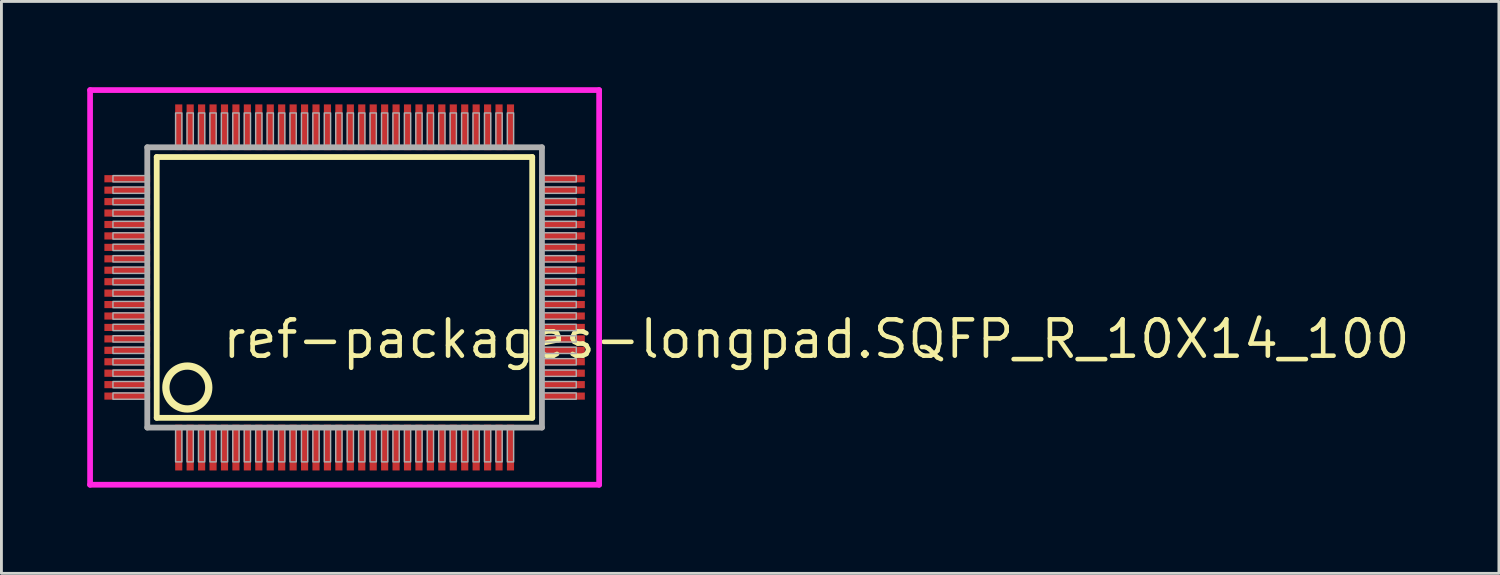
<source format=kicad_pcb>
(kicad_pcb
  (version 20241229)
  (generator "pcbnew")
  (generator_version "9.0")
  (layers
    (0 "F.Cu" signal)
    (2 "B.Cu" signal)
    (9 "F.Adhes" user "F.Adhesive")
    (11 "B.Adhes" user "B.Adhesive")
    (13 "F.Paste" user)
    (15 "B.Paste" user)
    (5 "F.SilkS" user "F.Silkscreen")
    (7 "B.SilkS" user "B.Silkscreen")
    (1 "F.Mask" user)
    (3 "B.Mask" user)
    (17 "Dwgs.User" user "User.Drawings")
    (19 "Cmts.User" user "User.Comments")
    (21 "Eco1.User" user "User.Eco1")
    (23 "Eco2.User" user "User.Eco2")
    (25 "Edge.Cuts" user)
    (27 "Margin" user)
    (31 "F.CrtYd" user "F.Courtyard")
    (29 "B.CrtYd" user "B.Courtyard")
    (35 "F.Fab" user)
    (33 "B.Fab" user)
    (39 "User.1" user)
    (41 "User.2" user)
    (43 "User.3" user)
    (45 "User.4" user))
  (footprint "ref-packages-longpad.SQFP_R_10X14_100"
    (layer "F.Cu")
    (at 9 7)
    (property "Reference" "ref-packages-longpad.SQFP_R_10X14_100" (at -4.35 2.55 0) (layer "F.SilkS") (effects (font (size 1.27 1.27) (thickness 0.16)) (justify left bottom)))
    (attr smd)
    (fp_line (start -6.57 -4.56) (end 6.56 -4.56) (stroke (width 0.203) (type default)) (layer "F.SilkS"))
    (fp_line (start -6.57 4.56) (end -6.57 -4.56) (stroke (width 0.203) (type default)) (layer "F.SilkS"))
    (fp_line (start 6.56 -4.56) (end 6.56 4.56) (stroke (width 0.203) (type default)) (layer "F.SilkS"))
    (fp_line (start 6.56 4.56) (end -6.57 4.56) (stroke (width 0.203) (type default)) (layer "F.SilkS"))
    (fp_circle (center -5.5 3.5) (end -4.75 3.5) (stroke (width 0.254) (type default)) (fill no) (layer "F.SilkS"))
    (fp_line (start -8.9 -6.9) (end 8.9 -6.9) (stroke (width 0.2) (type default)) (layer "F.CrtYd"))
    (fp_line (start -8.9 6.9) (end -8.9 -6.9) (stroke (width 0.2) (type default)) (layer "F.CrtYd"))
    (fp_line (start 8.9 -6.9) (end 8.9 6.9) (stroke (width 0.2) (type default)) (layer "F.CrtYd"))
    (fp_line (start 8.9 6.9) (end -8.9 6.9) (stroke (width 0.2) (type default)) (layer "F.CrtYd"))
    (fp_line (start -6.9 -4.9) (end -6.9 4.9) (stroke (width 0.203) (type default)) (layer "F.Fab"))
    (fp_line (start -6.9 4.9) (end 6.9 4.9) (stroke (width 0.203) (type default)) (layer "F.Fab"))
    (fp_line (start 6.9 -4.9) (end -6.9 -4.9) (stroke (width 0.203) (type default)) (layer "F.Fab"))
    (fp_line (start 6.9 4.9) (end 6.9 -4.9) (stroke (width 0.203) (type default)) (layer "F.Fab"))
    (fp_rect (start -8.1 -3.69) (end -6.95 -3.91) (stroke (width 0.05) (type default)) (fill no) (layer "F.Fab"))
    (fp_rect (start -8.1 -3.29) (end -6.95 -3.51) (stroke (width 0.05) (type default)) (fill no) (layer "F.Fab"))
    (fp_rect (start -8.1 -2.89) (end -6.95 -3.11) (stroke (width 0.05) (type default)) (fill no) (layer "F.Fab"))
    (fp_rect (start -8.1 -2.49) (end -6.95 -2.71) (stroke (width 0.05) (type default)) (fill no) (layer "F.Fab"))
    (fp_rect (start -8.1 -2.09) (end -6.95 -2.31) (stroke (width 0.05) (type default)) (fill no) (layer "F.Fab"))
    (fp_rect (start -8.1 -1.69) (end -6.95 -1.91) (stroke (width 0.05) (type default)) (fill no) (layer "F.Fab"))
    (fp_rect (start -8.1 -1.29) (end -6.95 -1.51) (stroke (width 0.05) (type default)) (fill no) (layer "F.Fab"))
    (fp_rect (start -8.1 -0.89) (end -6.95 -1.11) (stroke (width 0.05) (type default)) (fill no) (layer "F.Fab"))
    (fp_rect (start -8.1 -0.49) (end -6.95 -0.71) (stroke (width 0.05) (type default)) (fill no) (layer "F.Fab"))
    (fp_rect (start -8.1 -0.09) (end -6.95 -0.31) (stroke (width 0.05) (type default)) (fill no) (layer "F.Fab"))
    (fp_rect (start -8.1 0.31) (end -6.95 0.09) (stroke (width 0.05) (type default)) (fill no) (layer "F.Fab"))
    (fp_rect (start -8.1 0.71) (end -6.95 0.49) (stroke (width 0.05) (type default)) (fill no) (layer "F.Fab"))
    (fp_rect (start -8.1 1.11) (end -6.95 0.89) (stroke (width 0.05) (type default)) (fill no) (layer "F.Fab"))
    (fp_rect (start -8.1 1.51) (end -6.95 1.29) (stroke (width 0.05) (type default)) (fill no) (layer "F.Fab"))
    (fp_rect (start -8.1 1.91) (end -6.95 1.69) (stroke (width 0.05) (type default)) (fill no) (layer "F.Fab"))
    (fp_rect (start -8.1 2.31) (end -6.95 2.09) (stroke (width 0.05) (type default)) (fill no) (layer "F.Fab"))
    (fp_rect (start -8.1 2.71) (end -6.95 2.49) (stroke (width 0.05) (type default)) (fill no) (layer "F.Fab"))
    (fp_rect (start -8.1 3.11) (end -6.95 2.89) (stroke (width 0.05) (type default)) (fill no) (layer "F.Fab"))
    (fp_rect (start -8.1 3.51) (end -6.95 3.29) (stroke (width 0.05) (type default)) (fill no) (layer "F.Fab"))
    (fp_rect (start -8.1 3.91) (end -6.95 3.69) (stroke (width 0.05) (type default)) (fill no) (layer "F.Fab"))
    (fp_rect (start -5.91 -4.95) (end -5.69 -6.1) (stroke (width 0.05) (type default)) (fill no) (layer "F.Fab"))
    (fp_rect (start -5.91 6.1) (end -5.69 4.95) (stroke (width 0.05) (type default)) (fill no) (layer "F.Fab"))
    (fp_rect (start -5.51 -4.95) (end -5.29 -6.1) (stroke (width 0.05) (type default)) (fill no) (layer "F.Fab"))
    (fp_rect (start -5.51 6.1) (end -5.29 4.95) (stroke (width 0.05) (type default)) (fill no) (layer "F.Fab"))
    (fp_rect (start -5.11 -4.95) (end -4.89 -6.1) (stroke (width 0.05) (type default)) (fill no) (layer "F.Fab"))
    (fp_rect (start -5.11 6.1) (end -4.89 4.95) (stroke (width 0.05) (type default)) (fill no) (layer "F.Fab"))
    (fp_rect (start -4.71 -4.95) (end -4.49 -6.1) (stroke (width 0.05) (type default)) (fill no) (layer "F.Fab"))
    (fp_rect (start -4.71 6.1) (end -4.49 4.95) (stroke (width 0.05) (type default)) (fill no) (layer "F.Fab"))
    (fp_rect (start -4.31 -4.95) (end -4.09 -6.1) (stroke (width 0.05) (type default)) (fill no) (layer "F.Fab"))
    (fp_rect (start -4.31 6.1) (end -4.09 4.95) (stroke (width 0.05) (type default)) (fill no) (layer "F.Fab"))
    (fp_rect (start -3.91 -4.95) (end -3.69 -6.1) (stroke (width 0.05) (type default)) (fill no) (layer "F.Fab"))
    (fp_rect (start -3.91 6.1) (end -3.69 4.95) (stroke (width 0.05) (type default)) (fill no) (layer "F.Fab"))
    (fp_rect (start -3.51 -4.95) (end -3.29 -6.1) (stroke (width 0.05) (type default)) (fill no) (layer "F.Fab"))
    (fp_rect (start -3.51 6.1) (end -3.29 4.95) (stroke (width 0.05) (type default)) (fill no) (layer "F.Fab"))
    (fp_rect (start -3.11 -4.95) (end -2.89 -6.1) (stroke (width 0.05) (type default)) (fill no) (layer "F.Fab"))
    (fp_rect (start -3.11 6.1) (end -2.89 4.95) (stroke (width 0.05) (type default)) (fill no) (layer "F.Fab"))
    (fp_rect (start -2.71 -4.95) (end -2.49 -6.1) (stroke (width 0.05) (type default)) (fill no) (layer "F.Fab"))
    (fp_rect (start -2.71 6.1) (end -2.49 4.95) (stroke (width 0.05) (type default)) (fill no) (layer "F.Fab"))
    (fp_rect (start -2.31 -4.95) (end -2.09 -6.1) (stroke (width 0.05) (type default)) (fill no) (layer "F.Fab"))
    (fp_rect (start -2.31 6.1) (end -2.09 4.95) (stroke (width 0.05) (type default)) (fill no) (layer "F.Fab"))
    (fp_rect (start -1.91 -4.95) (end -1.69 -6.1) (stroke (width 0.05) (type default)) (fill no) (layer "F.Fab"))
    (fp_rect (start -1.91 6.1) (end -1.69 4.95) (stroke (width 0.05) (type default)) (fill no) (layer "F.Fab"))
    (fp_rect (start -1.51 -4.95) (end -1.29 -6.1) (stroke (width 0.05) (type default)) (fill no) (layer "F.Fab"))
    (fp_rect (start -1.51 6.1) (end -1.29 4.95) (stroke (width 0.05) (type default)) (fill no) (layer "F.Fab"))
    (fp_rect (start -1.11 -4.95) (end -0.89 -6.1) (stroke (width 0.05) (type default)) (fill no) (layer "F.Fab"))
    (fp_rect (start -1.11 6.1) (end -0.89 4.95) (stroke (width 0.05) (type default)) (fill no) (layer "F.Fab"))
    (fp_rect (start -0.71 -4.95) (end -0.49 -6.1) (stroke (width 0.05) (type default)) (fill no) (layer "F.Fab"))
    (fp_rect (start -0.71 6.1) (end -0.49 4.95) (stroke (width 0.05) (type default)) (fill no) (layer "F.Fab"))
    (fp_rect (start -0.31 -4.95) (end -0.09 -6.1) (stroke (width 0.05) (type default)) (fill no) (layer "F.Fab"))
    (fp_rect (start -0.31 6.1) (end -0.09 4.95) (stroke (width 0.05) (type default)) (fill no) (layer "F.Fab"))
    (fp_rect (start 0.09 -4.95) (end 0.31 -6.1) (stroke (width 0.05) (type default)) (fill no) (layer "F.Fab"))
    (fp_rect (start 0.09 6.1) (end 0.31 4.95) (stroke (width 0.05) (type default)) (fill no) (layer "F.Fab"))
    (fp_rect (start 0.49 -4.95) (end 0.71 -6.1) (stroke (width 0.05) (type default)) (fill no) (layer "F.Fab"))
    (fp_rect (start 0.49 6.1) (end 0.71 4.95) (stroke (width 0.05) (type default)) (fill no) (layer "F.Fab"))
    (fp_rect (start 0.89 -4.95) (end 1.11 -6.1) (stroke (width 0.05) (type default)) (fill no) (layer "F.Fab"))
    (fp_rect (start 0.89 6.1) (end 1.11 4.95) (stroke (width 0.05) (type default)) (fill no) (layer "F.Fab"))
    (fp_rect (start 1.29 -4.95) (end 1.51 -6.1) (stroke (width 0.05) (type default)) (fill no) (layer "F.Fab"))
    (fp_rect (start 1.29 6.1) (end 1.51 4.95) (stroke (width 0.05) (type default)) (fill no) (layer "F.Fab"))
    (fp_rect (start 1.69 -4.95) (end 1.91 -6.1) (stroke (width 0.05) (type default)) (fill no) (layer "F.Fab"))
    (fp_rect (start 1.69 6.1) (end 1.91 4.95) (stroke (width 0.05) (type default)) (fill no) (layer "F.Fab"))
    (fp_rect (start 2.09 -4.95) (end 2.31 -6.1) (stroke (width 0.05) (type default)) (fill no) (layer "F.Fab"))
    (fp_rect (start 2.09 6.1) (end 2.31 4.95) (stroke (width 0.05) (type default)) (fill no) (layer "F.Fab"))
    (fp_rect (start 2.49 -4.95) (end 2.71 -6.1) (stroke (width 0.05) (type default)) (fill no) (layer "F.Fab"))
    (fp_rect (start 2.49 6.1) (end 2.71 4.95) (stroke (width 0.05) (type default)) (fill no) (layer "F.Fab"))
    (fp_rect (start 2.89 -4.95) (end 3.11 -6.1) (stroke (width 0.05) (type default)) (fill no) (layer "F.Fab"))
    (fp_rect (start 2.89 6.1) (end 3.11 4.95) (stroke (width 0.05) (type default)) (fill no) (layer "F.Fab"))
    (fp_rect (start 3.29 -4.95) (end 3.51 -6.1) (stroke (width 0.05) (type default)) (fill no) (layer "F.Fab"))
    (fp_rect (start 3.29 6.1) (end 3.51 4.95) (stroke (width 0.05) (type default)) (fill no) (layer "F.Fab"))
    (fp_rect (start 3.69 -4.95) (end 3.91 -6.1) (stroke (width 0.05) (type default)) (fill no) (layer "F.Fab"))
    (fp_rect (start 3.69 6.1) (end 3.91 4.95) (stroke (width 0.05) (type default)) (fill no) (layer "F.Fab"))
    (fp_rect (start 4.09 -4.95) (end 4.31 -6.1) (stroke (width 0.05) (type default)) (fill no) (layer "F.Fab"))
    (fp_rect (start 4.09 6.1) (end 4.31 4.95) (stroke (width 0.05) (type default)) (fill no) (layer "F.Fab"))
    (fp_rect (start 4.49 -4.95) (end 4.71 -6.1) (stroke (width 0.05) (type default)) (fill no) (layer "F.Fab"))
    (fp_rect (start 4.49 6.1) (end 4.71 4.95) (stroke (width 0.05) (type default)) (fill no) (layer "F.Fab"))
    (fp_rect (start 4.89 -4.95) (end 5.11 -6.1) (stroke (width 0.05) (type default)) (fill no) (layer "F.Fab"))
    (fp_rect (start 4.89 6.1) (end 5.11 4.95) (stroke (width 0.05) (type default)) (fill no) (layer "F.Fab"))
    (fp_rect (start 5.29 -4.95) (end 5.51 -6.1) (stroke (width 0.05) (type default)) (fill no) (layer "F.Fab"))
    (fp_rect (start 5.29 6.1) (end 5.51 4.95) (stroke (width 0.05) (type default)) (fill no) (layer "F.Fab"))
    (fp_rect (start 5.69 -4.95) (end 5.91 -6.1) (stroke (width 0.05) (type default)) (fill no) (layer "F.Fab"))
    (fp_rect (start 5.69 6.1) (end 5.91 4.95) (stroke (width 0.05) (type default)) (fill no) (layer "F.Fab"))
    (fp_rect (start 6.95 -3.69) (end 8.1 -3.91) (stroke (width 0.05) (type default)) (fill no) (layer "F.Fab"))
    (fp_rect (start 6.95 -3.29) (end 8.1 -3.51) (stroke (width 0.05) (type default)) (fill no) (layer "F.Fab"))
    (fp_rect (start 6.95 -2.89) (end 8.1 -3.11) (stroke (width 0.05) (type default)) (fill no) (layer "F.Fab"))
    (fp_rect (start 6.95 -2.49) (end 8.1 -2.71) (stroke (width 0.05) (type default)) (fill no) (layer "F.Fab"))
    (fp_rect (start 6.95 -2.09) (end 8.1 -2.31) (stroke (width 0.05) (type default)) (fill no) (layer "F.Fab"))
    (fp_rect (start 6.95 -1.69) (end 8.1 -1.91) (stroke (width 0.05) (type default)) (fill no) (layer "F.Fab"))
    (fp_rect (start 6.95 -1.29) (end 8.1 -1.51) (stroke (width 0.05) (type default)) (fill no) (layer "F.Fab"))
    (fp_rect (start 6.95 -0.89) (end 8.1 -1.11) (stroke (width 0.05) (type default)) (fill no) (layer "F.Fab"))
    (fp_rect (start 6.95 -0.49) (end 8.1 -0.71) (stroke (width 0.05) (type default)) (fill no) (layer "F.Fab"))
    (fp_rect (start 6.95 -0.09) (end 8.1 -0.31) (stroke (width 0.05) (type default)) (fill no) (layer "F.Fab"))
    (fp_rect (start 6.95 0.31) (end 8.1 0.09) (stroke (width 0.05) (type default)) (fill no) (layer "F.Fab"))
    (fp_rect (start 6.95 0.71) (end 8.1 0.49) (stroke (width 0.05) (type default)) (fill no) (layer "F.Fab"))
    (fp_rect (start 6.95 1.11) (end 8.1 0.89) (stroke (width 0.05) (type default)) (fill no) (layer "F.Fab"))
    (fp_rect (start 6.95 1.51) (end 8.1 1.29) (stroke (width 0.05) (type default)) (fill no) (layer "F.Fab"))
    (fp_rect (start 6.95 1.91) (end 8.1 1.69) (stroke (width 0.05) (type default)) (fill no) (layer "F.Fab"))
    (fp_rect (start 6.95 2.31) (end 8.1 2.09) (stroke (width 0.05) (type default)) (fill no) (layer "F.Fab"))
    (fp_rect (start 6.95 2.71) (end 8.1 2.49) (stroke (width 0.05) (type default)) (fill no) (layer "F.Fab"))
    (fp_rect (start 6.95 3.11) (end 8.1 2.89) (stroke (width 0.05) (type default)) (fill no) (layer "F.Fab"))
    (fp_rect (start 6.95 3.51) (end 8.1 3.29) (stroke (width 0.05) (type default)) (fill no) (layer "F.Fab"))
    (fp_rect (start 6.95 3.91) (end 8.1 3.69) (stroke (width 0.05) (type default)) (fill no) (layer "F.Fab"))
    (pad "1" smd roundrect (at -5.8 5.6) (size 0.25 1.6) (layers "F.Cu" "F.Mask" "F.Paste") (roundrect_rratio 0.01))
    (pad "2" smd roundrect (at -5.4 5.6) (size 0.25 1.6) (layers "F.Cu" "F.Mask" "F.Paste") (roundrect_rratio 0.01))
    (pad "3" smd roundrect (at -5 5.6) (size 0.25 1.6) (layers "F.Cu" "F.Mask" "F.Paste") (roundrect_rratio 0.01))
    (pad "4" smd roundrect (at -4.6 5.6) (size 0.25 1.6) (layers "F.Cu" "F.Mask" "F.Paste") (roundrect_rratio 0.01))
    (pad "5" smd roundrect (at -4.2 5.6) (size 0.25 1.6) (layers "F.Cu" "F.Mask" "F.Paste") (roundrect_rratio 0.01))
    (pad "6" smd roundrect (at -3.8 5.6) (size 0.25 1.6) (layers "F.Cu" "F.Mask" "F.Paste") (roundrect_rratio 0.01))
    (pad "7" smd roundrect (at -3.4 5.6) (size 0.25 1.6) (layers "F.Cu" "F.Mask" "F.Paste") (roundrect_rratio 0.01))
    (pad "8" smd roundrect (at -3 5.6) (size 0.25 1.6) (layers "F.Cu" "F.Mask" "F.Paste") (roundrect_rratio 0.01))
    (pad "9" smd roundrect (at -2.6 5.6) (size 0.25 1.6) (layers "F.Cu" "F.Mask" "F.Paste") (roundrect_rratio 0.01))
    (pad "10" smd roundrect (at -2.2 5.6) (size 0.25 1.6) (layers "F.Cu" "F.Mask" "F.Paste") (roundrect_rratio 0.01))
    (pad "11" smd roundrect (at -1.8 5.6) (size 0.25 1.6) (layers "F.Cu" "F.Mask" "F.Paste") (roundrect_rratio 0.01))
    (pad "12" smd roundrect (at -1.4 5.6) (size 0.25 1.6) (layers "F.Cu" "F.Mask" "F.Paste") (roundrect_rratio 0.01))
    (pad "13" smd roundrect (at -1 5.6) (size 0.25 1.6) (layers "F.Cu" "F.Mask" "F.Paste") (roundrect_rratio 0.01))
    (pad "14" smd roundrect (at -0.6 5.6) (size 0.25 1.6) (layers "F.Cu" "F.Mask" "F.Paste") (roundrect_rratio 0.01))
    (pad "15" smd roundrect (at -0.2 5.6) (size 0.25 1.6) (layers "F.Cu" "F.Mask" "F.Paste") (roundrect_rratio 0.01))
    (pad "16" smd roundrect (at 0.2 5.6) (size 0.25 1.6) (layers "F.Cu" "F.Mask" "F.Paste") (roundrect_rratio 0.01))
    (pad "17" smd roundrect (at 0.6 5.6) (size 0.25 1.6) (layers "F.Cu" "F.Mask" "F.Paste") (roundrect_rratio 0.01))
    (pad "18" smd roundrect (at 1 5.6) (size 0.25 1.6) (layers "F.Cu" "F.Mask" "F.Paste") (roundrect_rratio 0.01))
    (pad "19" smd roundrect (at 1.4 5.6) (size 0.25 1.6) (layers "F.Cu" "F.Mask" "F.Paste") (roundrect_rratio 0.01))
    (pad "20" smd roundrect (at 1.8 5.6) (size 0.25 1.6) (layers "F.Cu" "F.Mask" "F.Paste") (roundrect_rratio 0.01))
    (pad "21" smd roundrect (at 2.2 5.6) (size 0.25 1.6) (layers "F.Cu" "F.Mask" "F.Paste") (roundrect_rratio 0.01))
    (pad "22" smd roundrect (at 2.6 5.6) (size 0.25 1.6) (layers "F.Cu" "F.Mask" "F.Paste") (roundrect_rratio 0.01))
    (pad "23" smd roundrect (at 3 5.6) (size 0.25 1.6) (layers "F.Cu" "F.Mask" "F.Paste") (roundrect_rratio 0.01))
    (pad "24" smd roundrect (at 3.4 5.6) (size 0.25 1.6) (layers "F.Cu" "F.Mask" "F.Paste") (roundrect_rratio 0.01))
    (pad "25" smd roundrect (at 3.8 5.6) (size 0.25 1.6) (layers "F.Cu" "F.Mask" "F.Paste") (roundrect_rratio 0.01))
    (pad "26" smd roundrect (at 4.2 5.6) (size 0.25 1.6) (layers "F.Cu" "F.Mask" "F.Paste") (roundrect_rratio 0.01))
    (pad "27" smd roundrect (at 4.6 5.6) (size 0.25 1.6) (layers "F.Cu" "F.Mask" "F.Paste") (roundrect_rratio 0.01))
    (pad "28" smd roundrect (at 5 5.6) (size 0.25 1.6) (layers "F.Cu" "F.Mask" "F.Paste") (roundrect_rratio 0.01))
    (pad "29" smd roundrect (at 5.4 5.6) (size 0.25 1.6) (layers "F.Cu" "F.Mask" "F.Paste") (roundrect_rratio 0.01))
    (pad "30" smd roundrect (at 5.8 5.6) (size 0.25 1.6) (layers "F.Cu" "F.Mask" "F.Paste") (roundrect_rratio 0.01))
    (pad "31" smd roundrect (at 7.6 3.8) (size 1.6 0.25) (layers "F.Cu" "F.Mask" "F.Paste") (roundrect_rratio 0.01))
    (pad "32" smd roundrect (at 7.6 3.4) (size 1.6 0.25) (layers "F.Cu" "F.Mask" "F.Paste") (roundrect_rratio 0.01))
    (pad "33" smd roundrect (at 7.6 3) (size 1.6 0.25) (layers "F.Cu" "F.Mask" "F.Paste") (roundrect_rratio 0.01))
    (pad "34" smd roundrect (at 7.6 2.6) (size 1.6 0.25) (layers "F.Cu" "F.Mask" "F.Paste") (roundrect_rratio 0.01))
    (pad "35" smd roundrect (at 7.6 2.2) (size 1.6 0.25) (layers "F.Cu" "F.Mask" "F.Paste") (roundrect_rratio 0.01))
    (pad "36" smd roundrect (at 7.6 1.8) (size 1.6 0.25) (layers "F.Cu" "F.Mask" "F.Paste") (roundrect_rratio 0.01))
    (pad "37" smd roundrect (at 7.6 1.4) (size 1.6 0.25) (layers "F.Cu" "F.Mask" "F.Paste") (roundrect_rratio 0.01))
    (pad "38" smd roundrect (at 7.6 1) (size 1.6 0.25) (layers "F.Cu" "F.Mask" "F.Paste") (roundrect_rratio 0.01))
    (pad "39" smd roundrect (at 7.6 0.6) (size 1.6 0.25) (layers "F.Cu" "F.Mask" "F.Paste") (roundrect_rratio 0.01))
    (pad "40" smd roundrect (at 7.6 0.2) (size 1.6 0.25) (layers "F.Cu" "F.Mask" "F.Paste") (roundrect_rratio 0.01))
    (pad "41" smd roundrect (at 7.6 -0.2) (size 1.6 0.25) (layers "F.Cu" "F.Mask" "F.Paste") (roundrect_rratio 0.01))
    (pad "42" smd roundrect (at 7.6 -0.6) (size 1.6 0.25) (layers "F.Cu" "F.Mask" "F.Paste") (roundrect_rratio 0.01))
    (pad "43" smd roundrect (at 7.6 -1) (size 1.6 0.25) (layers "F.Cu" "F.Mask" "F.Paste") (roundrect_rratio 0.01))
    (pad "44" smd roundrect (at 7.6 -1.4) (size 1.6 0.25) (layers "F.Cu" "F.Mask" "F.Paste") (roundrect_rratio 0.01))
    (pad "45" smd roundrect (at 7.6 -1.8) (size 1.6 0.25) (layers "F.Cu" "F.Mask" "F.Paste") (roundrect_rratio 0.01))
    (pad "46" smd roundrect (at 7.6 -2.2) (size 1.6 0.25) (layers "F.Cu" "F.Mask" "F.Paste") (roundrect_rratio 0.01))
    (pad "47" smd roundrect (at 7.6 -2.6) (size 1.6 0.25) (layers "F.Cu" "F.Mask" "F.Paste") (roundrect_rratio 0.01))
    (pad "48" smd roundrect (at 7.6 -3) (size 1.6 0.25) (layers "F.Cu" "F.Mask" "F.Paste") (roundrect_rratio 0.01))
    (pad "49" smd roundrect (at 7.6 -3.4) (size 1.6 0.25) (layers "F.Cu" "F.Mask" "F.Paste") (roundrect_rratio 0.01))
    (pad "50" smd roundrect (at 7.6 -3.8) (size 1.6 0.25) (layers "F.Cu" "F.Mask" "F.Paste") (roundrect_rratio 0.01))
    (pad "51" smd roundrect (at 5.8 -5.6) (size 0.25 1.6) (layers "F.Cu" "F.Mask" "F.Paste") (roundrect_rratio 0.01))
    (pad "52" smd roundrect (at 5.4 -5.6) (size 0.25 1.6) (layers "F.Cu" "F.Mask" "F.Paste") (roundrect_rratio 0.01))
    (pad "53" smd roundrect (at 5 -5.6) (size 0.25 1.6) (layers "F.Cu" "F.Mask" "F.Paste") (roundrect_rratio 0.01))
    (pad "54" smd roundrect (at 4.6 -5.6) (size 0.25 1.6) (layers "F.Cu" "F.Mask" "F.Paste") (roundrect_rratio 0.01))
    (pad "55" smd roundrect (at 4.2 -5.6) (size 0.25 1.6) (layers "F.Cu" "F.Mask" "F.Paste") (roundrect_rratio 0.01))
    (pad "56" smd roundrect (at 3.8 -5.6) (size 0.25 1.6) (layers "F.Cu" "F.Mask" "F.Paste") (roundrect_rratio 0.01))
    (pad "57" smd roundrect (at 3.4 -5.6) (size 0.25 1.6) (layers "F.Cu" "F.Mask" "F.Paste") (roundrect_rratio 0.01))
    (pad "58" smd roundrect (at 3 -5.6) (size 0.25 1.6) (layers "F.Cu" "F.Mask" "F.Paste") (roundrect_rratio 0.01))
    (pad "59" smd roundrect (at 2.6 -5.6) (size 0.25 1.6) (layers "F.Cu" "F.Mask" "F.Paste") (roundrect_rratio 0.01))
    (pad "60" smd roundrect (at 2.2 -5.6) (size 0.25 1.6) (layers "F.Cu" "F.Mask" "F.Paste") (roundrect_rratio 0.01))
    (pad "61" smd roundrect (at 1.8 -5.6) (size 0.25 1.6) (layers "F.Cu" "F.Mask" "F.Paste") (roundrect_rratio 0.01))
    (pad "62" smd roundrect (at 1.4 -5.6) (size 0.25 1.6) (layers "F.Cu" "F.Mask" "F.Paste") (roundrect_rratio 0.01))
    (pad "63" smd roundrect (at 1 -5.6) (size 0.25 1.6) (layers "F.Cu" "F.Mask" "F.Paste") (roundrect_rratio 0.01))
    (pad "64" smd roundrect (at 0.6 -5.6) (size 0.25 1.6) (layers "F.Cu" "F.Mask" "F.Paste") (roundrect_rratio 0.01))
    (pad "65" smd roundrect (at 0.2 -5.6) (size 0.25 1.6) (layers "F.Cu" "F.Mask" "F.Paste") (roundrect_rratio 0.01))
    (pad "66" smd roundrect (at -0.2 -5.6) (size 0.25 1.6) (layers "F.Cu" "F.Mask" "F.Paste") (roundrect_rratio 0.01))
    (pad "67" smd roundrect (at -0.6 -5.6) (size 0.25 1.6) (layers "F.Cu" "F.Mask" "F.Paste") (roundrect_rratio 0.01))
    (pad "68" smd roundrect (at -1 -5.6) (size 0.25 1.6) (layers "F.Cu" "F.Mask" "F.Paste") (roundrect_rratio 0.01))
    (pad "69" smd roundrect (at -1.4 -5.6) (size 0.25 1.6) (layers "F.Cu" "F.Mask" "F.Paste") (roundrect_rratio 0.01))
    (pad "70" smd roundrect (at -1.8 -5.6) (size 0.25 1.6) (layers "F.Cu" "F.Mask" "F.Paste") (roundrect_rratio 0.01))
    (pad "71" smd roundrect (at -2.2 -5.6) (size 0.25 1.6) (layers "F.Cu" "F.Mask" "F.Paste") (roundrect_rratio 0.01))
    (pad "72" smd roundrect (at -2.6 -5.6) (size 0.25 1.6) (layers "F.Cu" "F.Mask" "F.Paste") (roundrect_rratio 0.01))
    (pad "73" smd roundrect (at -3 -5.6) (size 0.25 1.6) (layers "F.Cu" "F.Mask" "F.Paste") (roundrect_rratio 0.01))
    (pad "74" smd roundrect (at -3.4 -5.6) (size 0.25 1.6) (layers "F.Cu" "F.Mask" "F.Paste") (roundrect_rratio 0.01))
    (pad "75" smd roundrect (at -3.8 -5.6) (size 0.25 1.6) (layers "F.Cu" "F.Mask" "F.Paste") (roundrect_rratio 0.01))
    (pad "76" smd roundrect (at -4.2 -5.6) (size 0.25 1.6) (layers "F.Cu" "F.Mask" "F.Paste") (roundrect_rratio 0.01))
    (pad "77" smd roundrect (at -4.6 -5.6) (size 0.25 1.6) (layers "F.Cu" "F.Mask" "F.Paste") (roundrect_rratio 0.01))
    (pad "78" smd roundrect (at -5 -5.6) (size 0.25 1.6) (layers "F.Cu" "F.Mask" "F.Paste") (roundrect_rratio 0.01))
    (pad "79" smd roundrect (at -5.4 -5.6) (size 0.25 1.6) (layers "F.Cu" "F.Mask" "F.Paste") (roundrect_rratio 0.01))
    (pad "80" smd roundrect (at -5.8 -5.6) (size 0.25 1.6) (layers "F.Cu" "F.Mask" "F.Paste") (roundrect_rratio 0.01))
    (pad "81" smd roundrect (at -7.6 -3.8) (size 1.6 0.25) (layers "F.Cu" "F.Mask" "F.Paste") (roundrect_rratio 0.01))
    (pad "82" smd roundrect (at -7.6 -3.4) (size 1.6 0.25) (layers "F.Cu" "F.Mask" "F.Paste") (roundrect_rratio 0.01))
    (pad "83" smd roundrect (at -7.6 -3) (size 1.6 0.25) (layers "F.Cu" "F.Mask" "F.Paste") (roundrect_rratio 0.01))
    (pad "84" smd roundrect (at -7.6 -2.6) (size 1.6 0.25) (layers "F.Cu" "F.Mask" "F.Paste") (roundrect_rratio 0.01))
    (pad "85" smd roundrect (at -7.6 -2.2) (size 1.6 0.25) (layers "F.Cu" "F.Mask" "F.Paste") (roundrect_rratio 0.01))
    (pad "86" smd roundrect (at -7.6 -1.8) (size 1.6 0.25) (layers "F.Cu" "F.Mask" "F.Paste") (roundrect_rratio 0.01))
    (pad "87" smd roundrect (at -7.6 -1.4) (size 1.6 0.25) (layers "F.Cu" "F.Mask" "F.Paste") (roundrect_rratio 0.01))
    (pad "88" smd roundrect (at -7.6 -1) (size 1.6 0.25) (layers "F.Cu" "F.Mask" "F.Paste") (roundrect_rratio 0.01))
    (pad "89" smd roundrect (at -7.6 -0.6) (size 1.6 0.25) (layers "F.Cu" "F.Mask" "F.Paste") (roundrect_rratio 0.01))
    (pad "90" smd roundrect (at -7.6 -0.2) (size 1.6 0.25) (layers "F.Cu" "F.Mask" "F.Paste") (roundrect_rratio 0.01))
    (pad "91" smd roundrect (at -7.6 0.2) (size 1.6 0.25) (layers "F.Cu" "F.Mask" "F.Paste") (roundrect_rratio 0.01))
    (pad "92" smd roundrect (at -7.6 0.6) (size 1.6 0.25) (layers "F.Cu" "F.Mask" "F.Paste") (roundrect_rratio 0.01))
    (pad "93" smd roundrect (at -7.6 1) (size 1.6 0.25) (layers "F.Cu" "F.Mask" "F.Paste") (roundrect_rratio 0.01))
    (pad "94" smd roundrect (at -7.6 1.4) (size 1.6 0.25) (layers "F.Cu" "F.Mask" "F.Paste") (roundrect_rratio 0.01))
    (pad "95" smd roundrect (at -7.6 1.8) (size 1.6 0.25) (layers "F.Cu" "F.Mask" "F.Paste") (roundrect_rratio 0.01))
    (pad "96" smd roundrect (at -7.6 2.2) (size 1.6 0.25) (layers "F.Cu" "F.Mask" "F.Paste") (roundrect_rratio 0.01))
    (pad "97" smd roundrect (at -7.6 2.6) (size 1.6 0.25) (layers "F.Cu" "F.Mask" "F.Paste") (roundrect_rratio 0.01))
    (pad "98" smd roundrect (at -7.6 3) (size 1.6 0.25) (layers "F.Cu" "F.Mask" "F.Paste") (roundrect_rratio 0.01))
    (pad "99" smd roundrect (at -7.6 3.4) (size 1.6 0.25) (layers "F.Cu" "F.Mask" "F.Paste") (roundrect_rratio 0.01))
    (pad "100" smd roundrect (at -7.6 3.8) (size 1.6 0.25) (layers "F.Cu" "F.Mask" "F.Paste") (roundrect_rratio 0.01)))
  (gr_rect
    (start -3 -3)
    (end 49.363 17)
    (stroke (width 0.1) (type default))
    (fill no)
    (layer "Edge.Cuts")))
</source>
